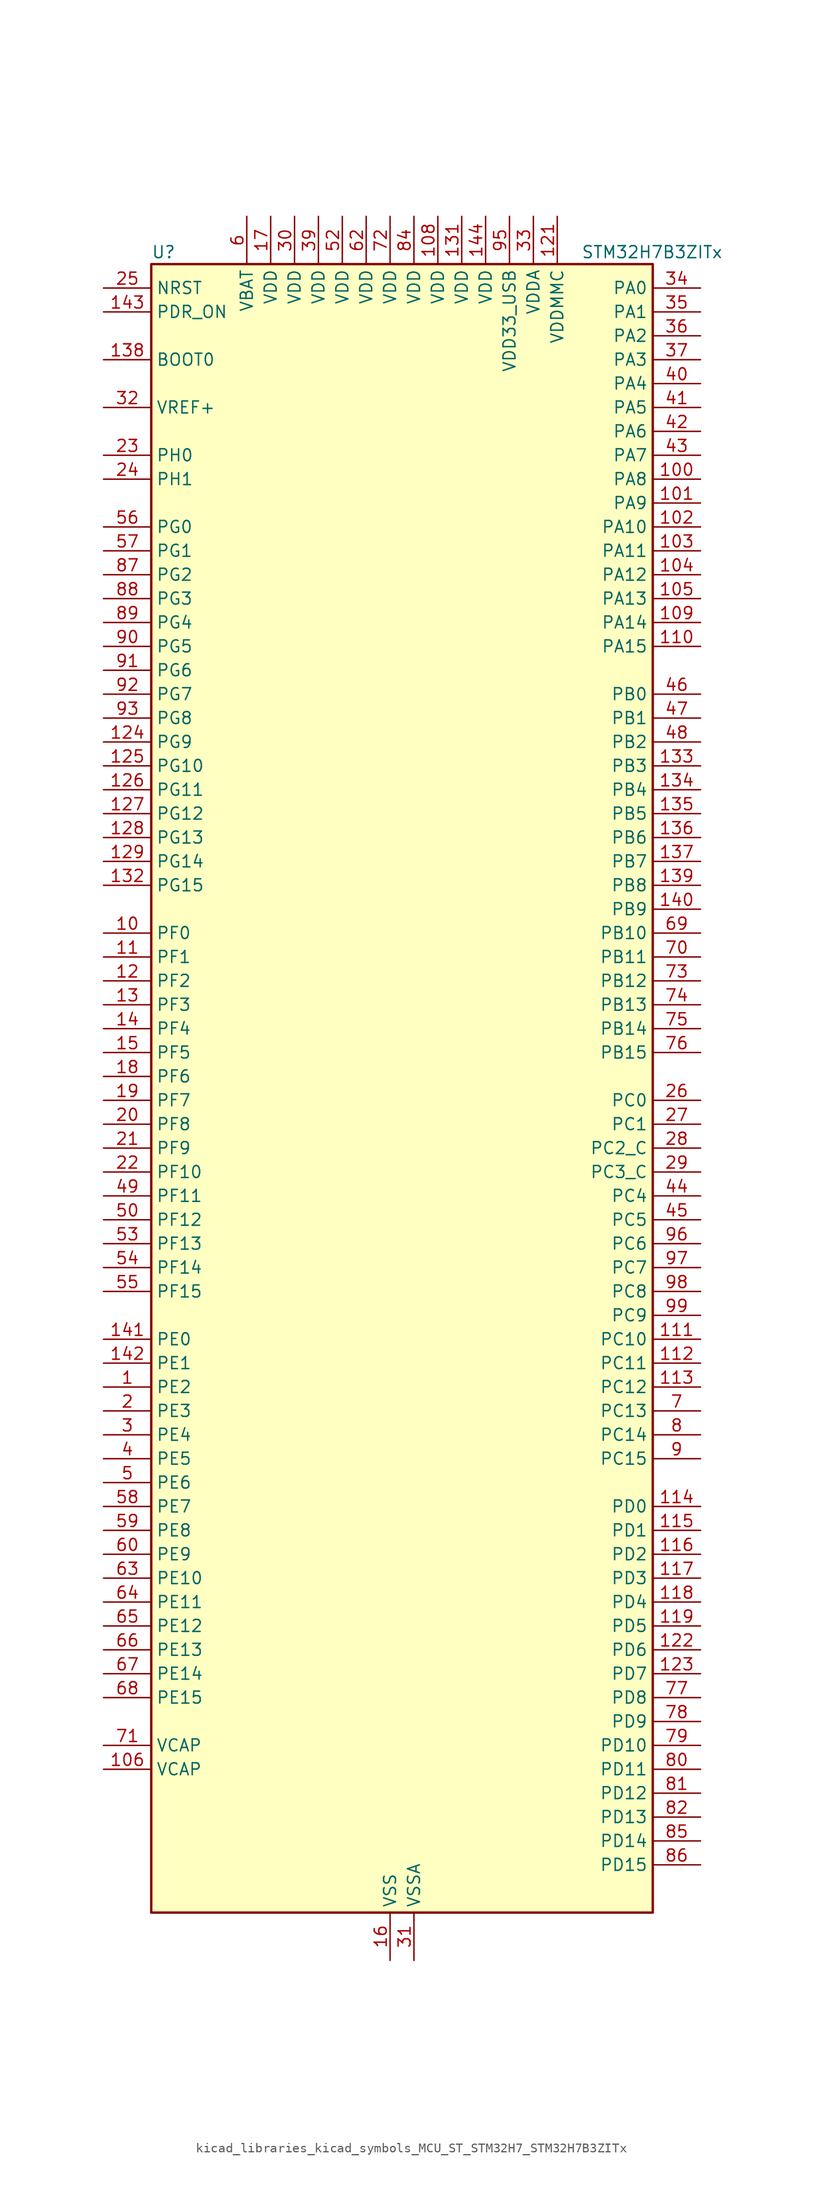
<source format=kicad_sym>
(kicad_symbol_lib
  (version 20220914)
  (generator kicad_symbol_editor)
  (symbol "kicad_libraries_kicad_symbols_MCU_ST_STM32H7_STM32H7B3ZITx"
    (property "Reference" "U"
      (at -25.4 90.17 0)
      (effects (font (size 1.27 1.27)) (justify left)))
    (property "Value" "STM32H7B3ZITx"
      (at 20.32 90.17 0)
      (effects (font (size 1.27 1.27)) (justify left)))
    (property "ki_locked" ""
      (at 0 0 0)
      (effects (font (size 1.27 1.27))))
    (symbol "kicad_libraries_kicad_symbols_MCU_ST_STM32H7_STM32H7B3ZITx_0_1"
      (rectangle (start -25.4 -86.36) (end 27.94 88.9) (stroke (width 0.254) (type default)) (fill (type background))))
    (symbol "kicad_libraries_kicad_symbols_MCU_ST_STM32H7_STM32H7B3ZITx_1_1"
      (pin bidirectional line (at -30.48 -30.48 0) (length 5.08) (name "PE2" (effects (font (size 1.27 1.27)))) (number "1" (effects (font (size 1.27 1.27)))) (alternate "DEBUG_TRACECLK" bidirectional line) (alternate "FMC_A23" bidirectional line) (alternate "OCTOSPIM_P1_IO2" bidirectional line) (alternate "SAI1_CK1" bidirectional line) (alternate "SAI1_MCLK_A" bidirectional line) (alternate "SPI4_SCK" bidirectional line) (alternate "USART10_RX" bidirectional line))
      (pin bidirectional line (at -30.48 17.78 0) (length 5.08) (name "PF0" (effects (font (size 1.27 1.27)))) (number "10" (effects (font (size 1.27 1.27)))) (alternate "FMC_A0" bidirectional line) (alternate "I2C2_SDA" bidirectional line) (alternate "OCTOSPIM_P2_IO0" bidirectional line))
      (pin bidirectional line (at 33.02 66.04 180) (length 5.08) (name "PA8" (effects (font (size 1.27 1.27)))) (number "100" (effects (font (size 1.27 1.27)))) (alternate "I2C3_SCL" bidirectional line) (alternate "LTDC_B3" bidirectional line) (alternate "LTDC_R6" bidirectional line) (alternate "RCC_MCO_1" bidirectional line) (alternate "TIM1_CH1" bidirectional line) (alternate "TIM8_BKIN2" bidirectional line) (alternate "TIM8_BKIN2_COMP1" bidirectional line) (alternate "TIM8_BKIN2_COMP2" bidirectional line) (alternate "UART7_RX" bidirectional line) (alternate "USART1_CK" bidirectional line) (alternate "USB_OTG_HS_SOF" bidirectional line))
      (pin bidirectional line (at 33.02 63.5 180) (length 5.08) (name "PA9" (effects (font (size 1.27 1.27)))) (number "101" (effects (font (size 1.27 1.27)))) (alternate "DAC1_EXTI9" bidirectional line) (alternate "DCMI_D0" bidirectional line) (alternate "I2C3_SMBA" bidirectional line) (alternate "I2S2_CK" bidirectional line) (alternate "LPUART1_TX" bidirectional line) (alternate "LTDC_R5" bidirectional line) (alternate "PSSI_D0" bidirectional line) (alternate "SPI2_SCK" bidirectional line) (alternate "TIM1_CH2" bidirectional line) (alternate "USART1_TX" bidirectional line) (alternate "USB_OTG_HS_VBUS" bidirectional line))
      (pin bidirectional line (at 33.02 60.96 180) (length 5.08) (name "PA10" (effects (font (size 1.27 1.27)))) (number "102" (effects (font (size 1.27 1.27)))) (alternate "DCMI_D1" bidirectional line) (alternate "LPUART1_RX" bidirectional line) (alternate "LTDC_B1" bidirectional line) (alternate "LTDC_B4" bidirectional line) (alternate "MDIOS_MDIO" bidirectional line) (alternate "PSSI_D1" bidirectional line) (alternate "TIM1_CH3" bidirectional line) (alternate "USART1_RX" bidirectional line) (alternate "USB_OTG_HS_ID" bidirectional line))
      (pin bidirectional line (at 33.02 58.42 180) (length 5.08) (name "PA11" (effects (font (size 1.27 1.27)))) (number "103" (effects (font (size 1.27 1.27)))) (alternate "ADC1_EXTI11" bidirectional line) (alternate "ADC2_EXTI11" bidirectional line) (alternate "FDCAN1_RX" bidirectional line) (alternate "I2S2_WS" bidirectional line) (alternate "LPUART1_CTS" bidirectional line) (alternate "LTDC_R4" bidirectional line) (alternate "SPI2_NSS" bidirectional line) (alternate "TIM1_CH4" bidirectional line) (alternate "UART4_RX" bidirectional line) (alternate "USART1_CTS" bidirectional line) (alternate "USART1_NSS" bidirectional line) (alternate "USB_OTG_HS_DM" bidirectional line))
      (pin bidirectional line (at 33.02 55.88 180) (length 5.08) (name "PA12" (effects (font (size 1.27 1.27)))) (number "104" (effects (font (size 1.27 1.27)))) (alternate "FDCAN1_TX" bidirectional line) (alternate "I2S2_CK" bidirectional line) (alternate "LPUART1_DE" bidirectional line) (alternate "LPUART1_RTS" bidirectional line) (alternate "LTDC_R5" bidirectional line) (alternate "SAI2_FS_B" bidirectional line) (alternate "SPI2_SCK" bidirectional line) (alternate "TIM1_ETR" bidirectional line) (alternate "UART4_TX" bidirectional line) (alternate "USART1_DE" bidirectional line) (alternate "USART1_RTS" bidirectional line) (alternate "USB_OTG_HS_DP" bidirectional line))
      (pin bidirectional line (at 33.02 53.34 180) (length 5.08) (name "PA13" (effects (font (size 1.27 1.27)))) (number "105" (effects (font (size 1.27 1.27)))) (alternate "DEBUG_JTMS-SWDIO" bidirectional line))
      (pin power_out line (at -30.48 -71.12 0) (length 5.08) (name "VCAP" (effects (font (size 1.27 1.27)))) (number "106" (effects (font (size 1.27 1.27)))))
      (pin passive line (at 0 -91.44 90) (length 5.08) hide (name "VSS" (effects (font (size 1.27 1.27)))) (number "107" (effects (font (size 1.27 1.27)))))
      (pin power_in line (at 5.08 93.98 270) (length 5.08) (name "VDD" (effects (font (size 1.27 1.27)))) (number "108" (effects (font (size 1.27 1.27)))))
      (pin bidirectional line (at 33.02 50.8 180) (length 5.08) (name "PA14" (effects (font (size 1.27 1.27)))) (number "109" (effects (font (size 1.27 1.27)))) (alternate "DEBUG_JTCK-SWCLK" bidirectional line))
      (pin bidirectional line (at -30.48 15.24 0) (length 5.08) (name "PF1" (effects (font (size 1.27 1.27)))) (number "11" (effects (font (size 1.27 1.27)))) (alternate "FMC_A1" bidirectional line) (alternate "I2C2_SCL" bidirectional line) (alternate "OCTOSPIM_P2_IO1" bidirectional line))
      (pin bidirectional line (at 33.02 48.26 180) (length 5.08) (name "PA15" (effects (font (size 1.27 1.27)))) (number "110" (effects (font (size 1.27 1.27)))) (alternate "ADC1_EXTI15" bidirectional line) (alternate "ADC2_EXTI15" bidirectional line) (alternate "CEC" bidirectional line) (alternate "DEBUG_JTDI" bidirectional line) (alternate "I2S1_WS" bidirectional line) (alternate "I2S3_WS" bidirectional line) (alternate "I2S6_WS" bidirectional line) (alternate "LTDC_B6" bidirectional line) (alternate "LTDC_R3" bidirectional line) (alternate "SPI1_NSS" bidirectional line) (alternate "SPI3_NSS" bidirectional line) (alternate "SPI6_NSS" bidirectional line) (alternate "TIM2_CH1" bidirectional line) (alternate "TIM2_ETR" bidirectional line) (alternate "UART4_DE" bidirectional line) (alternate "UART4_RTS" bidirectional line) (alternate "UART7_TX" bidirectional line))
      (pin bidirectional line (at 33.02 -25.4 180) (length 5.08) (name "PC10" (effects (font (size 1.27 1.27)))) (number "111" (effects (font (size 1.27 1.27)))) (alternate "DCMI_D8" bidirectional line) (alternate "DFSDM1_CKIN5" bidirectional line) (alternate "DFSDM2_CKIN0" bidirectional line) (alternate "I2S3_CK" bidirectional line) (alternate "LTDC_B1" bidirectional line) (alternate "LTDC_R2" bidirectional line) (alternate "OCTOSPIM_P1_IO1" bidirectional line) (alternate "PSSI_D8" bidirectional line) (alternate "SDMMC1_D2" bidirectional line) (alternate "SPI3_SCK" bidirectional line) (alternate "SWPMI1_RX" bidirectional line) (alternate "UART4_TX" bidirectional line) (alternate "USART3_TX" bidirectional line))
      (pin bidirectional line (at 33.02 -27.94 180) (length 5.08) (name "PC11" (effects (font (size 1.27 1.27)))) (number "112" (effects (font (size 1.27 1.27)))) (alternate "ADC1_EXTI11" bidirectional line) (alternate "ADC2_EXTI11" bidirectional line) (alternate "DCMI_D4" bidirectional line) (alternate "DFSDM1_DATIN5" bidirectional line) (alternate "DFSDM2_DATIN0" bidirectional line) (alternate "I2S3_SDI" bidirectional line) (alternate "LTDC_B4" bidirectional line) (alternate "OCTOSPIM_P1_NCS" bidirectional line) (alternate "PSSI_D4" bidirectional line) (alternate "SDMMC1_D3" bidirectional line) (alternate "SPI3_MISO" bidirectional line) (alternate "UART4_RX" bidirectional line) (alternate "USART3_RX" bidirectional line))
      (pin bidirectional line (at 33.02 -30.48 180) (length 5.08) (name "PC12" (effects (font (size 1.27 1.27)))) (number "113" (effects (font (size 1.27 1.27)))) (alternate "DCMI_D9" bidirectional line) (alternate "DEBUG_TRACED3" bidirectional line) (alternate "DFSDM2_CKOUT" bidirectional line) (alternate "I2S3_SDO" bidirectional line) (alternate "I2S6_CK" bidirectional line) (alternate "LTDC_R6" bidirectional line) (alternate "PSSI_D9" bidirectional line) (alternate "SDMMC1_CK" bidirectional line) (alternate "SPI3_MOSI" bidirectional line) (alternate "SPI6_SCK" bidirectional line) (alternate "TIM15_CH1" bidirectional line) (alternate "UART5_TX" bidirectional line) (alternate "USART3_CK" bidirectional line))
      (pin bidirectional line (at 33.02 -43.18 180) (length 5.08) (name "PD0" (effects (font (size 1.27 1.27)))) (number "114" (effects (font (size 1.27 1.27)))) (alternate "DFSDM1_CKIN6" bidirectional line) (alternate "FDCAN1_RX" bidirectional line) (alternate "FMC_D2" bidirectional line) (alternate "FMC_DA2" bidirectional line) (alternate "LTDC_B1" bidirectional line) (alternate "UART4_RX" bidirectional line) (alternate "UART9_CTS" bidirectional line))
      (pin bidirectional line (at 33.02 -45.72 180) (length 5.08) (name "PD1" (effects (font (size 1.27 1.27)))) (number "115" (effects (font (size 1.27 1.27)))) (alternate "DFSDM1_DATIN6" bidirectional line) (alternate "FDCAN1_TX" bidirectional line) (alternate "FMC_D3" bidirectional line) (alternate "FMC_DA3" bidirectional line) (alternate "UART4_TX" bidirectional line))
      (pin bidirectional line (at 33.02 -48.26 180) (length 5.08) (name "PD2" (effects (font (size 1.27 1.27)))) (number "116" (effects (font (size 1.27 1.27)))) (alternate "DCMI_D11" bidirectional line) (alternate "DEBUG_TRACED2" bidirectional line) (alternate "LTDC_B2" bidirectional line) (alternate "LTDC_B7" bidirectional line) (alternate "PSSI_D11" bidirectional line) (alternate "SDMMC1_CMD" bidirectional line) (alternate "TIM15_BKIN" bidirectional line) (alternate "TIM3_ETR" bidirectional line) (alternate "UART5_RX" bidirectional line))
      (pin bidirectional line (at 33.02 -50.8 180) (length 5.08) (name "PD3" (effects (font (size 1.27 1.27)))) (number "117" (effects (font (size 1.27 1.27)))) (alternate "DCMI_D5" bidirectional line) (alternate "DFSDM1_CKOUT" bidirectional line) (alternate "FMC_CLK" bidirectional line) (alternate "I2S2_CK" bidirectional line) (alternate "LTDC_G7" bidirectional line) (alternate "PSSI_D5" bidirectional line) (alternate "SPI2_SCK" bidirectional line) (alternate "USART2_CTS" bidirectional line) (alternate "USART2_NSS" bidirectional line))
      (pin bidirectional line (at 33.02 -53.34 180) (length 5.08) (name "PD4" (effects (font (size 1.27 1.27)))) (number "118" (effects (font (size 1.27 1.27)))) (alternate "FMC_NOE" bidirectional line) (alternate "OCTOSPIM_P1_IO4" bidirectional line) (alternate "USART2_DE" bidirectional line) (alternate "USART2_RTS" bidirectional line))
      (pin bidirectional line (at 33.02 -55.88 180) (length 5.08) (name "PD5" (effects (font (size 1.27 1.27)))) (number "119" (effects (font (size 1.27 1.27)))) (alternate "FMC_NWE" bidirectional line) (alternate "OCTOSPIM_P1_IO5" bidirectional line) (alternate "USART2_TX" bidirectional line))
      (pin bidirectional line (at -30.48 12.7 0) (length 5.08) (name "PF2" (effects (font (size 1.27 1.27)))) (number "12" (effects (font (size 1.27 1.27)))) (alternate "FMC_A2" bidirectional line) (alternate "I2C2_SMBA" bidirectional line) (alternate "OCTOSPIM_P2_IO2" bidirectional line))
      (pin passive line (at 0 -91.44 90) (length 5.08) hide (name "VSS" (effects (font (size 1.27 1.27)))) (number "120" (effects (font (size 1.27 1.27)))))
      (pin power_in line (at 17.78 93.98 270) (length 5.08) (name "VDDMMC" (effects (font (size 1.27 1.27)))) (number "121" (effects (font (size 1.27 1.27)))))
      (pin bidirectional line (at 33.02 -58.42 180) (length 5.08) (name "PD6" (effects (font (size 1.27 1.27)))) (number "122" (effects (font (size 1.27 1.27)))) (alternate "DCMI_D10" bidirectional line) (alternate "DFSDM1_CKIN4" bidirectional line) (alternate "DFSDM1_DATIN1" bidirectional line) (alternate "FMC_NWAIT" bidirectional line) (alternate "I2S3_SDO" bidirectional line) (alternate "LTDC_B2" bidirectional line) (alternate "OCTOSPIM_P1_IO6" bidirectional line) (alternate "PSSI_D10" bidirectional line) (alternate "SAI1_D1" bidirectional line) (alternate "SAI1_SD_A" bidirectional line) (alternate "SDMMC2_CK" bidirectional line) (alternate "SPI3_MOSI" bidirectional line) (alternate "USART2_RX" bidirectional line))
      (pin bidirectional line (at 33.02 -60.96 180) (length 5.08) (name "PD7" (effects (font (size 1.27 1.27)))) (number "123" (effects (font (size 1.27 1.27)))) (alternate "DFSDM1_CKIN1" bidirectional line) (alternate "DFSDM1_DATIN4" bidirectional line) (alternate "FMC_NE1" bidirectional line) (alternate "I2S1_SDO" bidirectional line) (alternate "OCTOSPIM_P1_IO7" bidirectional line) (alternate "SDMMC2_CMD" bidirectional line) (alternate "SPDIFRX_IN0" bidirectional line) (alternate "SPI1_MOSI" bidirectional line) (alternate "USART2_CK" bidirectional line))
      (pin bidirectional line (at -30.48 38.1 0) (length 5.08) (name "PG9" (effects (font (size 1.27 1.27)))) (number "124" (effects (font (size 1.27 1.27)))) (alternate "DAC1_EXTI9" bidirectional line) (alternate "DCMI_VSYNC" bidirectional line) (alternate "FMC_NCE" bidirectional line) (alternate "FMC_NE2" bidirectional line) (alternate "I2S1_SDI" bidirectional line) (alternate "OCTOSPIM_P1_IO6" bidirectional line) (alternate "PSSI_RDY" bidirectional line) (alternate "SAI2_FS_B" bidirectional line) (alternate "SDMMC2_D0" bidirectional line) (alternate "SPDIFRX_IN3" bidirectional line) (alternate "SPI1_MISO" bidirectional line) (alternate "USART6_RX" bidirectional line))
      (pin bidirectional line (at -30.48 35.56 0) (length 5.08) (name "PG10" (effects (font (size 1.27 1.27)))) (number "125" (effects (font (size 1.27 1.27)))) (alternate "DCMI_D2" bidirectional line) (alternate "FMC_NE3" bidirectional line) (alternate "I2S1_WS" bidirectional line) (alternate "LTDC_B2" bidirectional line) (alternate "LTDC_G3" bidirectional line) (alternate "OCTOSPIM_P2_IO6" bidirectional line) (alternate "PSSI_D2" bidirectional line) (alternate "SAI2_SD_B" bidirectional line) (alternate "SDMMC2_D1" bidirectional line) (alternate "SPI1_NSS" bidirectional line))
      (pin bidirectional line (at -30.48 33.02 0) (length 5.08) (name "PG11" (effects (font (size 1.27 1.27)))) (number "126" (effects (font (size 1.27 1.27)))) (alternate "ADC1_EXTI11" bidirectional line) (alternate "ADC2_EXTI11" bidirectional line) (alternate "DCMI_D3" bidirectional line) (alternate "I2S1_CK" bidirectional line) (alternate "LPTIM1_IN2" bidirectional line) (alternate "LTDC_B3" bidirectional line) (alternate "OCTOSPIM_P2_IO7" bidirectional line) (alternate "PSSI_D3" bidirectional line) (alternate "SDMMC2_D2" bidirectional line) (alternate "SPDIFRX_IN0" bidirectional line) (alternate "SPI1_SCK" bidirectional line) (alternate "USART10_RX" bidirectional line))
      (pin bidirectional line (at -30.48 30.48 0) (length 5.08) (name "PG12" (effects (font (size 1.27 1.27)))) (number "127" (effects (font (size 1.27 1.27)))) (alternate "FMC_NE4" bidirectional line) (alternate "I2S6_SDI" bidirectional line) (alternate "LPTIM1_IN1" bidirectional line) (alternate "LTDC_B1" bidirectional line) (alternate "LTDC_B4" bidirectional line) (alternate "OCTOSPIM_P2_NCS" bidirectional line) (alternate "SDMMC2_D3" bidirectional line) (alternate "SPDIFRX_IN1" bidirectional line) (alternate "SPI6_MISO" bidirectional line) (alternate "USART10_TX" bidirectional line) (alternate "USART6_DE" bidirectional line) (alternate "USART6_RTS" bidirectional line))
      (pin bidirectional line (at -30.48 27.94 0) (length 5.08) (name "PG13" (effects (font (size 1.27 1.27)))) (number "128" (effects (font (size 1.27 1.27)))) (alternate "DEBUG_TRACED0" bidirectional line) (alternate "FMC_A24" bidirectional line) (alternate "I2S6_CK" bidirectional line) (alternate "LPTIM1_OUT" bidirectional line) (alternate "LTDC_R0" bidirectional line) (alternate "SDMMC2_D6" bidirectional line) (alternate "SPI6_SCK" bidirectional line) (alternate "USART10_CTS" bidirectional line) (alternate "USART10_NSS" bidirectional line) (alternate "USART6_CTS" bidirectional line) (alternate "USART6_NSS" bidirectional line))
      (pin bidirectional line (at -30.48 25.4 0) (length 5.08) (name "PG14" (effects (font (size 1.27 1.27)))) (number "129" (effects (font (size 1.27 1.27)))) (alternate "DEBUG_TRACED1" bidirectional line) (alternate "FMC_A25" bidirectional line) (alternate "I2S6_SDO" bidirectional line) (alternate "LPTIM1_ETR" bidirectional line) (alternate "LTDC_B0" bidirectional line) (alternate "OCTOSPIM_P1_IO7" bidirectional line) (alternate "SDMMC2_D7" bidirectional line) (alternate "SPI6_MOSI" bidirectional line) (alternate "USART10_DE" bidirectional line) (alternate "USART10_RTS" bidirectional line) (alternate "USART6_TX" bidirectional line))
      (pin bidirectional line (at -30.48 10.16 0) (length 5.08) (name "PF3" (effects (font (size 1.27 1.27)))) (number "13" (effects (font (size 1.27 1.27)))) (alternate "FMC_A3" bidirectional line) (alternate "OCTOSPIM_P2_IO3" bidirectional line))
      (pin passive line (at 0 -91.44 90) (length 5.08) hide (name "VSS" (effects (font (size 1.27 1.27)))) (number "130" (effects (font (size 1.27 1.27)))))
      (pin power_in line (at 7.62 93.98 270) (length 5.08) (name "VDD" (effects (font (size 1.27 1.27)))) (number "131" (effects (font (size 1.27 1.27)))))
      (pin bidirectional line (at -30.48 22.86 0) (length 5.08) (name "PG15" (effects (font (size 1.27 1.27)))) (number "132" (effects (font (size 1.27 1.27)))) (alternate "ADC1_EXTI15" bidirectional line) (alternate "ADC2_EXTI15" bidirectional line) (alternate "DCMI_D13" bidirectional line) (alternate "FMC_SDNCAS" bidirectional line) (alternate "OCTOSPIM_P2_DQS" bidirectional line) (alternate "PSSI_D13" bidirectional line) (alternate "USART10_CK" bidirectional line) (alternate "USART6_CTS" bidirectional line) (alternate "USART6_NSS" bidirectional line))
      (pin bidirectional line (at 33.02 35.56 180) (length 5.08) (name "PB3" (effects (font (size 1.27 1.27)))) (number "133" (effects (font (size 1.27 1.27)))) (alternate "CRS_SYNC" bidirectional line) (alternate "DEBUG_JTDO-SWO" bidirectional line) (alternate "I2S1_CK" bidirectional line) (alternate "I2S3_CK" bidirectional line) (alternate "I2S6_CK" bidirectional line) (alternate "SDMMC2_D2" bidirectional line) (alternate "SPI1_SCK" bidirectional line) (alternate "SPI3_SCK" bidirectional line) (alternate "SPI6_SCK" bidirectional line) (alternate "TIM2_CH2" bidirectional line) (alternate "UART7_RX" bidirectional line))
      (pin bidirectional line (at 33.02 33.02 180) (length 5.08) (name "PB4" (effects (font (size 1.27 1.27)))) (number "134" (effects (font (size 1.27 1.27)))) (alternate "DEBUG_JTRST" bidirectional line) (alternate "I2S1_SDI" bidirectional line) (alternate "I2S2_WS" bidirectional line) (alternate "I2S3_SDI" bidirectional line) (alternate "I2S6_SDI" bidirectional line) (alternate "SDMMC2_D3" bidirectional line) (alternate "SPI1_MISO" bidirectional line) (alternate "SPI2_NSS" bidirectional line) (alternate "SPI3_MISO" bidirectional line) (alternate "SPI6_MISO" bidirectional line) (alternate "TIM16_BKIN" bidirectional line) (alternate "TIM3_CH1" bidirectional line) (alternate "UART7_TX" bidirectional line))
      (pin bidirectional line (at 33.02 30.48 180) (length 5.08) (name "PB5" (effects (font (size 1.27 1.27)))) (number "135" (effects (font (size 1.27 1.27)))) (alternate "DCMI_D10" bidirectional line) (alternate "FDCAN2_RX" bidirectional line) (alternate "FMC_SDCKE1" bidirectional line) (alternate "I2C1_SMBA" bidirectional line) (alternate "I2C4_SMBA" bidirectional line) (alternate "I2S1_SDO" bidirectional line) (alternate "I2S3_SDO" bidirectional line) (alternate "I2S6_SDO" bidirectional line) (alternate "LTDC_B5" bidirectional line) (alternate "PSSI_D10" bidirectional line) (alternate "SPI1_MOSI" bidirectional line) (alternate "SPI3_MOSI" bidirectional line) (alternate "SPI6_MOSI" bidirectional line) (alternate "TIM17_BKIN" bidirectional line) (alternate "TIM3_CH2" bidirectional line) (alternate "UART5_RX" bidirectional line) (alternate "USB_OTG_HS_ULPI_D7" bidirectional line))
      (pin bidirectional line (at 33.02 27.94 180) (length 5.08) (name "PB6" (effects (font (size 1.27 1.27)))) (number "136" (effects (font (size 1.27 1.27)))) (alternate "CEC" bidirectional line) (alternate "DCMI_D5" bidirectional line) (alternate "DFSDM1_DATIN5" bidirectional line) (alternate "FDCAN2_TX" bidirectional line) (alternate "FMC_SDNE1" bidirectional line) (alternate "I2C1_SCL" bidirectional line) (alternate "I2C4_SCL" bidirectional line) (alternate "LPUART1_TX" bidirectional line) (alternate "OCTOSPIM_P1_NCS" bidirectional line) (alternate "PSSI_D5" bidirectional line) (alternate "TIM16_CH1N" bidirectional line) (alternate "TIM4_CH1" bidirectional line) (alternate "UART5_TX" bidirectional line) (alternate "USART1_TX" bidirectional line))
      (pin bidirectional line (at 33.02 25.4 180) (length 5.08) (name "PB7" (effects (font (size 1.27 1.27)))) (number "137" (effects (font (size 1.27 1.27)))) (alternate "DCMI_VSYNC" bidirectional line) (alternate "DFSDM1_CKIN5" bidirectional line) (alternate "FMC_NL" bidirectional line) (alternate "I2C1_SDA" bidirectional line) (alternate "I2C4_SDA" bidirectional line) (alternate "LPUART1_RX" bidirectional line) (alternate "PSSI_RDY" bidirectional line) (alternate "PWR_PVD_IN" bidirectional line) (alternate "TIM17_CH1N" bidirectional line) (alternate "TIM4_CH2" bidirectional line) (alternate "USART1_RX" bidirectional line))
      (pin input line (at -30.48 78.74 0) (length 5.08) (name "BOOT0" (effects (font (size 1.27 1.27)))) (number "138" (effects (font (size 1.27 1.27)))))
      (pin bidirectional line (at 33.02 22.86 180) (length 5.08) (name "PB8" (effects (font (size 1.27 1.27)))) (number "139" (effects (font (size 1.27 1.27)))) (alternate "DCMI_D6" bidirectional line) (alternate "DFSDM1_CKIN7" bidirectional line) (alternate "FDCAN1_RX" bidirectional line) (alternate "I2C1_SCL" bidirectional line) (alternate "I2C4_SCL" bidirectional line) (alternate "LTDC_B6" bidirectional line) (alternate "PSSI_D6" bidirectional line) (alternate "SDMMC1_CKIN" bidirectional line) (alternate "SDMMC1_D4" bidirectional line) (alternate "SDMMC2_D4" bidirectional line) (alternate "TIM16_CH1" bidirectional line) (alternate "TIM4_CH3" bidirectional line) (alternate "UART4_RX" bidirectional line))
      (pin bidirectional line (at -30.48 7.62 0) (length 5.08) (name "PF4" (effects (font (size 1.27 1.27)))) (number "14" (effects (font (size 1.27 1.27)))) (alternate "FMC_A4" bidirectional line) (alternate "OCTOSPIM_P2_CLK" bidirectional line))
      (pin bidirectional line (at 33.02 20.32 180) (length 5.08) (name "PB9" (effects (font (size 1.27 1.27)))) (number "140" (effects (font (size 1.27 1.27)))) (alternate "DAC1_EXTI9" bidirectional line) (alternate "DCMI_D7" bidirectional line) (alternate "DFSDM1_DATIN7" bidirectional line) (alternate "FDCAN1_TX" bidirectional line) (alternate "I2C1_SDA" bidirectional line) (alternate "I2C4_SDA" bidirectional line) (alternate "I2C4_SMBA" bidirectional line) (alternate "I2S2_WS" bidirectional line) (alternate "LTDC_B7" bidirectional line) (alternate "PSSI_D7" bidirectional line) (alternate "SDMMC1_CDIR" bidirectional line) (alternate "SDMMC1_D5" bidirectional line) (alternate "SDMMC2_D5" bidirectional line) (alternate "SPI2_NSS" bidirectional line) (alternate "TIM17_CH1" bidirectional line) (alternate "TIM4_CH4" bidirectional line) (alternate "UART4_TX" bidirectional line))
      (pin bidirectional line (at -30.48 -25.4 0) (length 5.08) (name "PE0" (effects (font (size 1.27 1.27)))) (number "141" (effects (font (size 1.27 1.27)))) (alternate "DCMI_D2" bidirectional line) (alternate "FMC_NBL0" bidirectional line) (alternate "LPTIM1_ETR" bidirectional line) (alternate "LPTIM2_ETR" bidirectional line) (alternate "LTDC_R0" bidirectional line) (alternate "PSSI_D2" bidirectional line) (alternate "SAI2_MCLK_A" bidirectional line) (alternate "TIM4_ETR" bidirectional line) (alternate "UART8_RX" bidirectional line))
      (pin bidirectional line (at -30.48 -27.94 0) (length 5.08) (name "PE1" (effects (font (size 1.27 1.27)))) (number "142" (effects (font (size 1.27 1.27)))) (alternate "DCMI_D3" bidirectional line) (alternate "FMC_NBL1" bidirectional line) (alternate "LPTIM1_IN2" bidirectional line) (alternate "LTDC_R6" bidirectional line) (alternate "PSSI_D3" bidirectional line) (alternate "UART8_TX" bidirectional line))
      (pin input line (at -30.48 83.82 0) (length 5.08) (name "PDR_ON" (effects (font (size 1.27 1.27)))) (number "143" (effects (font (size 1.27 1.27)))))
      (pin power_in line (at 10.16 93.98 270) (length 5.08) (name "VDD" (effects (font (size 1.27 1.27)))) (number "144" (effects (font (size 1.27 1.27)))))
      (pin bidirectional line (at -30.48 5.08 0) (length 5.08) (name "PF5" (effects (font (size 1.27 1.27)))) (number "15" (effects (font (size 1.27 1.27)))) (alternate "FMC_A5" bidirectional line) (alternate "OCTOSPIM_P2_NCLK" bidirectional line))
      (pin power_in line (at 0 -91.44 90) (length 5.08) (name "VSS" (effects (font (size 1.27 1.27)))) (number "16" (effects (font (size 1.27 1.27)))))
      (pin power_in line (at -12.7 93.98 270) (length 5.08) (name "VDD" (effects (font (size 1.27 1.27)))) (number "17" (effects (font (size 1.27 1.27)))))
      (pin bidirectional line (at -30.48 2.54 0) (length 5.08) (name "PF6" (effects (font (size 1.27 1.27)))) (number "18" (effects (font (size 1.27 1.27)))) (alternate "OCTOSPIM_P1_IO3" bidirectional line) (alternate "SAI1_SD_B" bidirectional line) (alternate "SPI5_NSS" bidirectional line) (alternate "TIM16_CH1" bidirectional line) (alternate "UART7_RX" bidirectional line))
      (pin bidirectional line (at -30.48 0 0) (length 5.08) (name "PF7" (effects (font (size 1.27 1.27)))) (number "19" (effects (font (size 1.27 1.27)))) (alternate "OCTOSPIM_P1_IO2" bidirectional line) (alternate "SAI1_MCLK_B" bidirectional line) (alternate "SPI5_SCK" bidirectional line) (alternate "TIM17_CH1" bidirectional line) (alternate "UART7_TX" bidirectional line))
      (pin bidirectional line (at -30.48 -33.02 0) (length 5.08) (name "PE3" (effects (font (size 1.27 1.27)))) (number "2" (effects (font (size 1.27 1.27)))) (alternate "DEBUG_TRACED0" bidirectional line) (alternate "FMC_A19" bidirectional line) (alternate "SAI1_SD_B" bidirectional line) (alternate "TIM15_BKIN" bidirectional line) (alternate "USART10_TX" bidirectional line))
      (pin bidirectional line (at -30.48 -2.54 0) (length 5.08) (name "PF8" (effects (font (size 1.27 1.27)))) (number "20" (effects (font (size 1.27 1.27)))) (alternate "OCTOSPIM_P1_IO0" bidirectional line) (alternate "SAI1_SCK_B" bidirectional line) (alternate "SPI5_MISO" bidirectional line) (alternate "TIM13_CH1" bidirectional line) (alternate "TIM16_CH1N" bidirectional line) (alternate "UART7_DE" bidirectional line) (alternate "UART7_RTS" bidirectional line))
      (pin bidirectional line (at -30.48 -5.08 0) (length 5.08) (name "PF9" (effects (font (size 1.27 1.27)))) (number "21" (effects (font (size 1.27 1.27)))) (alternate "DAC1_EXTI9" bidirectional line) (alternate "OCTOSPIM_P1_IO1" bidirectional line) (alternate "SAI1_FS_B" bidirectional line) (alternate "SPI5_MOSI" bidirectional line) (alternate "TIM14_CH1" bidirectional line) (alternate "TIM17_CH1N" bidirectional line) (alternate "UART7_CTS" bidirectional line))
      (pin bidirectional line (at -30.48 -7.62 0) (length 5.08) (name "PF10" (effects (font (size 1.27 1.27)))) (number "22" (effects (font (size 1.27 1.27)))) (alternate "DCMI_D11" bidirectional line) (alternate "LTDC_DE" bidirectional line) (alternate "OCTOSPIM_P1_CLK" bidirectional line) (alternate "PSSI_D11" bidirectional line) (alternate "PSSI_D15" bidirectional line) (alternate "SAI1_D3" bidirectional line) (alternate "TIM16_BKIN" bidirectional line))
      (pin bidirectional line (at -30.48 68.58 0) (length 5.08) (name "PH0" (effects (font (size 1.27 1.27)))) (number "23" (effects (font (size 1.27 1.27)))) (alternate "RCC_OSC_IN" bidirectional line))
      (pin bidirectional line (at -30.48 66.04 0) (length 5.08) (name "PH1" (effects (font (size 1.27 1.27)))) (number "24" (effects (font (size 1.27 1.27)))) (alternate "RCC_OSC_OUT" bidirectional line))
      (pin input line (at -30.48 86.36 0) (length 5.08) (name "NRST" (effects (font (size 1.27 1.27)))) (number "25" (effects (font (size 1.27 1.27)))))
      (pin bidirectional line (at 33.02 0 180) (length 5.08) (name "PC0" (effects (font (size 1.27 1.27)))) (number "26" (effects (font (size 1.27 1.27)))) (alternate "ADC1_INP10" bidirectional line) (alternate "ADC2_INP10" bidirectional line) (alternate "DFSDM1_CKIN0" bidirectional line) (alternate "DFSDM1_DATIN4" bidirectional line) (alternate "FMC_A25" bidirectional line) (alternate "FMC_SDNWE" bidirectional line) (alternate "LTDC_G2" bidirectional line) (alternate "LTDC_R5" bidirectional line) (alternate "SAI2_FS_B" bidirectional line) (alternate "USB_OTG_HS_ULPI_STP" bidirectional line))
      (pin bidirectional line (at 33.02 -2.54 180) (length 5.08) (name "PC1" (effects (font (size 1.27 1.27)))) (number "27" (effects (font (size 1.27 1.27)))) (alternate "ADC1_INN10" bidirectional line) (alternate "ADC1_INP11" bidirectional line) (alternate "ADC2_INN10" bidirectional line) (alternate "ADC2_INP11" bidirectional line) (alternate "DEBUG_TRACED0" bidirectional line) (alternate "DFSDM1_CKIN4" bidirectional line) (alternate "DFSDM1_DATIN0" bidirectional line) (alternate "I2S2_SDO" bidirectional line) (alternate "LTDC_G5" bidirectional line) (alternate "MDIOS_MDC" bidirectional line) (alternate "OCTOSPIM_P1_IO4" bidirectional line) (alternate "PWR_WKUP6" bidirectional line) (alternate "RTC_TAMP3" bidirectional line) (alternate "SAI1_D1" bidirectional line) (alternate "SAI1_SD_A" bidirectional line) (alternate "SDMMC2_CK" bidirectional line) (alternate "SPI2_MOSI" bidirectional line))
      (pin bidirectional line (at 33.02 -5.08 180) (length 5.08) (name "PC2_C" (effects (font (size 1.27 1.27)))) (number "28" (effects (font (size 1.27 1.27)))) (alternate "ADC2_INN1" bidirectional line) (alternate "ADC2_INP0" bidirectional line) (alternate "DFSDM1_CKIN1" bidirectional line) (alternate "DFSDM1_CKOUT" bidirectional line) (alternate "FMC_SDNE0" bidirectional line) (alternate "I2S2_SDI" bidirectional line) (alternate "OCTOSPIM_P1_IO2" bidirectional line) (alternate "OCTOSPIM_P1_IO5" bidirectional line) (alternate "PWR_CSTOP" bidirectional line) (alternate "SPI2_MISO" bidirectional line) (alternate "USB_OTG_HS_ULPI_DIR" bidirectional line))
      (pin bidirectional line (at 33.02 -7.62 180) (length 5.08) (name "PC3_C" (effects (font (size 1.27 1.27)))) (number "29" (effects (font (size 1.27 1.27)))) (alternate "ADC2_INP1" bidirectional line) (alternate "DFSDM1_DATIN1" bidirectional line) (alternate "FMC_SDCKE0" bidirectional line) (alternate "I2S2_SDO" bidirectional line) (alternate "OCTOSPIM_P1_IO0" bidirectional line) (alternate "OCTOSPIM_P1_IO6" bidirectional line) (alternate "PWR_CSLEEP" bidirectional line) (alternate "SPI2_MOSI" bidirectional line) (alternate "USB_OTG_HS_ULPI_NXT" bidirectional line))
      (pin bidirectional line (at -30.48 -35.56 0) (length 5.08) (name "PE4" (effects (font (size 1.27 1.27)))) (number "3" (effects (font (size 1.27 1.27)))) (alternate "DCMI_D4" bidirectional line) (alternate "DEBUG_TRACED1" bidirectional line) (alternate "DFSDM1_DATIN3" bidirectional line) (alternate "FMC_A20" bidirectional line) (alternate "LTDC_B0" bidirectional line) (alternate "PSSI_D4" bidirectional line) (alternate "SAI1_D2" bidirectional line) (alternate "SAI1_FS_A" bidirectional line) (alternate "SPI4_NSS" bidirectional line) (alternate "TIM15_CH1N" bidirectional line))
      (pin power_in line (at -10.16 93.98 270) (length 5.08) (name "VDD" (effects (font (size 1.27 1.27)))) (number "30" (effects (font (size 1.27 1.27)))))
      (pin power_in line (at 2.54 -91.44 90) (length 5.08) (name "VSSA" (effects (font (size 1.27 1.27)))) (number "31" (effects (font (size 1.27 1.27)))))
      (pin input line (at -30.48 73.66 0) (length 5.08) (name "VREF+" (effects (font (size 1.27 1.27)))) (number "32" (effects (font (size 1.27 1.27)))) (alternate "VREFBUF_OUT" bidirectional line))
      (pin power_in line (at 15.24 93.98 270) (length 5.08) (name "VDDA" (effects (font (size 1.27 1.27)))) (number "33" (effects (font (size 1.27 1.27)))))
      (pin bidirectional line (at 33.02 86.36 180) (length 5.08) (name "PA0" (effects (font (size 1.27 1.27)))) (number "34" (effects (font (size 1.27 1.27)))) (alternate "ADC1_INP16" bidirectional line) (alternate "I2S6_WS" bidirectional line) (alternate "PWR_WKUP1" bidirectional line) (alternate "SAI2_SD_B" bidirectional line) (alternate "SDMMC2_CMD" bidirectional line) (alternate "SPI6_NSS" bidirectional line) (alternate "TIM15_BKIN" bidirectional line) (alternate "TIM2_CH1" bidirectional line) (alternate "TIM2_ETR" bidirectional line) (alternate "TIM5_CH1" bidirectional line) (alternate "TIM8_ETR" bidirectional line) (alternate "UART4_TX" bidirectional line) (alternate "USART2_CTS" bidirectional line) (alternate "USART2_NSS" bidirectional line))
      (pin bidirectional line (at 33.02 83.82 180) (length 5.08) (name "PA1" (effects (font (size 1.27 1.27)))) (number "35" (effects (font (size 1.27 1.27)))) (alternate "ADC1_INN16" bidirectional line) (alternate "ADC1_INP17" bidirectional line) (alternate "LPTIM3_OUT" bidirectional line) (alternate "LTDC_R2" bidirectional line) (alternate "OCTOSPIM_P1_DQS" bidirectional line) (alternate "OCTOSPIM_P1_IO3" bidirectional line) (alternate "SAI2_MCLK_B" bidirectional line) (alternate "TIM15_CH1N" bidirectional line) (alternate "TIM2_CH2" bidirectional line) (alternate "TIM5_CH2" bidirectional line) (alternate "UART4_RX" bidirectional line) (alternate "USART2_DE" bidirectional line) (alternate "USART2_RTS" bidirectional line))
      (pin bidirectional line (at 33.02 81.28 180) (length 5.08) (name "PA2" (effects (font (size 1.27 1.27)))) (number "36" (effects (font (size 1.27 1.27)))) (alternate "ADC1_INP14" bidirectional line) (alternate "DFSDM2_CKIN1" bidirectional line) (alternate "LTDC_R1" bidirectional line) (alternate "MDIOS_MDIO" bidirectional line) (alternate "PWR_WKUP2" bidirectional line) (alternate "SAI2_SCK_B" bidirectional line) (alternate "TIM15_CH1" bidirectional line) (alternate "TIM2_CH3" bidirectional line) (alternate "TIM5_CH3" bidirectional line) (alternate "USART2_TX" bidirectional line))
      (pin bidirectional line (at 33.02 78.74 180) (length 5.08) (name "PA3" (effects (font (size 1.27 1.27)))) (number "37" (effects (font (size 1.27 1.27)))) (alternate "ADC1_INP15" bidirectional line) (alternate "I2S6_MCK" bidirectional line) (alternate "LTDC_B2" bidirectional line) (alternate "LTDC_B5" bidirectional line) (alternate "OCTOSPIM_P1_CLK" bidirectional line) (alternate "TIM15_CH2" bidirectional line) (alternate "TIM2_CH4" bidirectional line) (alternate "TIM5_CH4" bidirectional line) (alternate "USART2_RX" bidirectional line) (alternate "USB_OTG_HS_ULPI_D0" bidirectional line))
      (pin passive line (at 0 -91.44 90) (length 5.08) hide (name "VSS" (effects (font (size 1.27 1.27)))) (number "38" (effects (font (size 1.27 1.27)))))
      (pin power_in line (at -7.62 93.98 270) (length 5.08) (name "VDD" (effects (font (size 1.27 1.27)))) (number "39" (effects (font (size 1.27 1.27)))))
      (pin bidirectional line (at -30.48 -38.1 0) (length 5.08) (name "PE5" (effects (font (size 1.27 1.27)))) (number "4" (effects (font (size 1.27 1.27)))) (alternate "DCMI_D6" bidirectional line) (alternate "DEBUG_TRACED2" bidirectional line) (alternate "DFSDM1_CKIN3" bidirectional line) (alternate "FMC_A21" bidirectional line) (alternate "LTDC_G0" bidirectional line) (alternate "PSSI_D6" bidirectional line) (alternate "SAI1_CK2" bidirectional line) (alternate "SAI1_SCK_A" bidirectional line) (alternate "SPI4_MISO" bidirectional line) (alternate "TIM15_CH1" bidirectional line))
      (pin bidirectional line (at 33.02 76.2 180) (length 5.08) (name "PA4" (effects (font (size 1.27 1.27)))) (number "40" (effects (font (size 1.27 1.27)))) (alternate "ADC1_INP18" bidirectional line) (alternate "DAC1_OUT1" bidirectional line) (alternate "DCMI_HSYNC" bidirectional line) (alternate "I2S1_WS" bidirectional line) (alternate "I2S3_WS" bidirectional line) (alternate "I2S6_WS" bidirectional line) (alternate "LTDC_VSYNC" bidirectional line) (alternate "PSSI_DE" bidirectional line) (alternate "SPI1_NSS" bidirectional line) (alternate "SPI3_NSS" bidirectional line) (alternate "SPI6_NSS" bidirectional line) (alternate "TIM5_ETR" bidirectional line) (alternate "USART2_CK" bidirectional line))
      (pin bidirectional line (at 33.02 73.66 180) (length 5.08) (name "PA5" (effects (font (size 1.27 1.27)))) (number "41" (effects (font (size 1.27 1.27)))) (alternate "ADC1_INN18" bidirectional line) (alternate "ADC1_INP19" bidirectional line) (alternate "DAC1_OUT2" bidirectional line) (alternate "I2S1_CK" bidirectional line) (alternate "I2S6_CK" bidirectional line) (alternate "LTDC_R4" bidirectional line) (alternate "PSSI_D14" bidirectional line) (alternate "PWR_NDSTOP2" bidirectional line) (alternate "SPI1_SCK" bidirectional line) (alternate "SPI6_SCK" bidirectional line) (alternate "TIM2_CH1" bidirectional line) (alternate "TIM2_ETR" bidirectional line) (alternate "TIM8_CH1N" bidirectional line) (alternate "USB_OTG_HS_ULPI_CK" bidirectional line))
      (pin bidirectional line (at 33.02 71.12 180) (length 5.08) (name "PA6" (effects (font (size 1.27 1.27)))) (number "42" (effects (font (size 1.27 1.27)))) (alternate "ADC1_INP3" bidirectional line) (alternate "ADC2_INP3" bidirectional line) (alternate "DAC2_OUT1" bidirectional line) (alternate "DCMI_PIXCLK" bidirectional line) (alternate "I2S1_SDI" bidirectional line) (alternate "I2S6_SDI" bidirectional line) (alternate "LTDC_G2" bidirectional line) (alternate "MDIOS_MDC" bidirectional line) (alternate "OCTOSPIM_P1_IO3" bidirectional line) (alternate "PSSI_PDCK" bidirectional line) (alternate "SPI1_MISO" bidirectional line) (alternate "SPI6_MISO" bidirectional line) (alternate "TIM13_CH1" bidirectional line) (alternate "TIM1_BKIN" bidirectional line) (alternate "TIM1_BKIN_COMP1" bidirectional line) (alternate "TIM1_BKIN_COMP2" bidirectional line) (alternate "TIM3_CH1" bidirectional line) (alternate "TIM8_BKIN" bidirectional line) (alternate "TIM8_BKIN_COMP1" bidirectional line) (alternate "TIM8_BKIN_COMP2" bidirectional line))
      (pin bidirectional line (at 33.02 68.58 180) (length 5.08) (name "PA7" (effects (font (size 1.27 1.27)))) (number "43" (effects (font (size 1.27 1.27)))) (alternate "ADC1_INN3" bidirectional line) (alternate "ADC1_INP7" bidirectional line) (alternate "ADC2_INN3" bidirectional line) (alternate "ADC2_INP7" bidirectional line) (alternate "DFSDM2_DATIN1" bidirectional line) (alternate "FMC_SDNWE" bidirectional line) (alternate "I2S1_SDO" bidirectional line) (alternate "I2S6_SDO" bidirectional line) (alternate "LTDC_VSYNC" bidirectional line) (alternate "OCTOSPIM_P1_IO2" bidirectional line) (alternate "OPAMP1_VINM" bidirectional line) (alternate "SPI1_MOSI" bidirectional line) (alternate "SPI6_MOSI" bidirectional line) (alternate "TIM14_CH1" bidirectional line) (alternate "TIM1_CH1N" bidirectional line) (alternate "TIM3_CH2" bidirectional line) (alternate "TIM8_CH1N" bidirectional line))
      (pin bidirectional line (at 33.02 -10.16 180) (length 5.08) (name "PC4" (effects (font (size 1.27 1.27)))) (number "44" (effects (font (size 1.27 1.27)))) (alternate "ADC1_INP4" bidirectional line) (alternate "ADC2_INP4" bidirectional line) (alternate "COMP1_INM" bidirectional line) (alternate "DFSDM1_CKIN2" bidirectional line) (alternate "FMC_SDNE0" bidirectional line) (alternate "I2S1_MCK" bidirectional line) (alternate "LTDC_R7" bidirectional line) (alternate "OPAMP1_VOUT" bidirectional line) (alternate "SPDIFRX_IN2" bidirectional line))
      (pin bidirectional line (at 33.02 -12.7 180) (length 5.08) (name "PC5" (effects (font (size 1.27 1.27)))) (number "45" (effects (font (size 1.27 1.27)))) (alternate "ADC1_INN4" bidirectional line) (alternate "ADC1_INP8" bidirectional line) (alternate "ADC2_INN4" bidirectional line) (alternate "ADC2_INP8" bidirectional line) (alternate "COMP1_OUT" bidirectional line) (alternate "DFSDM1_DATIN2" bidirectional line) (alternate "FMC_SDCKE0" bidirectional line) (alternate "LTDC_DE" bidirectional line) (alternate "OCTOSPIM_P1_DQS" bidirectional line) (alternate "OPAMP1_VINM" bidirectional line) (alternate "PSSI_D15" bidirectional line) (alternate "SAI1_D3" bidirectional line) (alternate "SPDIFRX_IN3" bidirectional line))
      (pin bidirectional line (at 33.02 43.18 180) (length 5.08) (name "PB0" (effects (font (size 1.27 1.27)))) (number "46" (effects (font (size 1.27 1.27)))) (alternate "ADC1_INN5" bidirectional line) (alternate "ADC1_INP9" bidirectional line) (alternate "ADC2_INN5" bidirectional line) (alternate "ADC2_INP9" bidirectional line) (alternate "COMP1_INP" bidirectional line) (alternate "DFSDM1_CKOUT" bidirectional line) (alternate "DFSDM2_CKOUT" bidirectional line) (alternate "LTDC_G1" bidirectional line) (alternate "LTDC_R3" bidirectional line) (alternate "OCTOSPIM_P1_IO1" bidirectional line) (alternate "OPAMP1_VINP" bidirectional line) (alternate "TIM1_CH2N" bidirectional line) (alternate "TIM3_CH3" bidirectional line) (alternate "TIM8_CH2N" bidirectional line) (alternate "UART4_CTS" bidirectional line) (alternate "USB_OTG_HS_ULPI_D1" bidirectional line))
      (pin bidirectional line (at 33.02 40.64 180) (length 5.08) (name "PB1" (effects (font (size 1.27 1.27)))) (number "47" (effects (font (size 1.27 1.27)))) (alternate "ADC1_INP5" bidirectional line) (alternate "ADC2_INP5" bidirectional line) (alternate "COMP1_INM" bidirectional line) (alternate "DFSDM1_DATIN1" bidirectional line) (alternate "LTDC_G0" bidirectional line) (alternate "LTDC_R6" bidirectional line) (alternate "OCTOSPIM_P1_IO0" bidirectional line) (alternate "TIM1_CH3N" bidirectional line) (alternate "TIM3_CH4" bidirectional line) (alternate "TIM8_CH3N" bidirectional line) (alternate "USB_OTG_HS_ULPI_D2" bidirectional line))
      (pin bidirectional line (at 33.02 38.1 180) (length 5.08) (name "PB2" (effects (font (size 1.27 1.27)))) (number "48" (effects (font (size 1.27 1.27)))) (alternate "COMP1_INP" bidirectional line) (alternate "DFSDM1_CKIN1" bidirectional line) (alternate "I2S3_SDO" bidirectional line) (alternate "OCTOSPIM_P1_CLK" bidirectional line) (alternate "OCTOSPIM_P1_DQS" bidirectional line) (alternate "RTC_OUT_ALARM" bidirectional line) (alternate "RTC_OUT_CALIB" bidirectional line) (alternate "SAI1_D1" bidirectional line) (alternate "SAI1_SD_A" bidirectional line) (alternate "SPI3_MOSI" bidirectional line))
      (pin bidirectional line (at -30.48 -10.16 0) (length 5.08) (name "PF11" (effects (font (size 1.27 1.27)))) (number "49" (effects (font (size 1.27 1.27)))) (alternate "ADC1_EXTI11" bidirectional line) (alternate "ADC1_INP2" bidirectional line) (alternate "ADC2_EXTI11" bidirectional line) (alternate "DCMI_D12" bidirectional line) (alternate "FMC_SDNRAS" bidirectional line) (alternate "OCTOSPIM_P1_NCLK" bidirectional line) (alternate "PSSI_D12" bidirectional line) (alternate "SAI2_SD_B" bidirectional line) (alternate "SPI5_MOSI" bidirectional line))
      (pin bidirectional line (at -30.48 -40.64 0) (length 5.08) (name "PE6" (effects (font (size 1.27 1.27)))) (number "5" (effects (font (size 1.27 1.27)))) (alternate "DCMI_D7" bidirectional line) (alternate "DEBUG_TRACED3" bidirectional line) (alternate "FMC_A22" bidirectional line) (alternate "LTDC_G1" bidirectional line) (alternate "PSSI_D7" bidirectional line) (alternate "SAI1_D1" bidirectional line) (alternate "SAI1_SD_A" bidirectional line) (alternate "SAI2_MCLK_B" bidirectional line) (alternate "SPI4_MOSI" bidirectional line) (alternate "TIM15_CH2" bidirectional line) (alternate "TIM1_BKIN2" bidirectional line) (alternate "TIM1_BKIN2_COMP1" bidirectional line) (alternate "TIM1_BKIN2_COMP2" bidirectional line))
      (pin bidirectional line (at -30.48 -12.7 0) (length 5.08) (name "PF12" (effects (font (size 1.27 1.27)))) (number "50" (effects (font (size 1.27 1.27)))) (alternate "ADC1_INN2" bidirectional line) (alternate "ADC1_INP6" bidirectional line) (alternate "FMC_A6" bidirectional line) (alternate "OCTOSPIM_P2_DQS" bidirectional line))
      (pin passive line (at 0 -91.44 90) (length 5.08) hide (name "VSS" (effects (font (size 1.27 1.27)))) (number "51" (effects (font (size 1.27 1.27)))))
      (pin power_in line (at -5.08 93.98 270) (length 5.08) (name "VDD" (effects (font (size 1.27 1.27)))) (number "52" (effects (font (size 1.27 1.27)))))
      (pin bidirectional line (at -30.48 -15.24 0) (length 5.08) (name "PF13" (effects (font (size 1.27 1.27)))) (number "53" (effects (font (size 1.27 1.27)))) (alternate "ADC2_INP2" bidirectional line) (alternate "DFSDM1_DATIN6" bidirectional line) (alternate "FMC_A7" bidirectional line) (alternate "I2C4_SMBA" bidirectional line))
      (pin bidirectional line (at -30.48 -17.78 0) (length 5.08) (name "PF14" (effects (font (size 1.27 1.27)))) (number "54" (effects (font (size 1.27 1.27)))) (alternate "ADC2_INN2" bidirectional line) (alternate "ADC2_INP6" bidirectional line) (alternate "DFSDM1_CKIN6" bidirectional line) (alternate "FMC_A8" bidirectional line) (alternate "I2C4_SCL" bidirectional line))
      (pin bidirectional line (at -30.48 -20.32 0) (length 5.08) (name "PF15" (effects (font (size 1.27 1.27)))) (number "55" (effects (font (size 1.27 1.27)))) (alternate "ADC1_EXTI15" bidirectional line) (alternate "ADC2_EXTI15" bidirectional line) (alternate "FMC_A9" bidirectional line) (alternate "I2C4_SDA" bidirectional line))
      (pin bidirectional line (at -30.48 60.96 0) (length 5.08) (name "PG0" (effects (font (size 1.27 1.27)))) (number "56" (effects (font (size 1.27 1.27)))) (alternate "FMC_A10" bidirectional line) (alternate "OCTOSPIM_P2_IO4" bidirectional line) (alternate "UART9_RX" bidirectional line))
      (pin bidirectional line (at -30.48 58.42 0) (length 5.08) (name "PG1" (effects (font (size 1.27 1.27)))) (number "57" (effects (font (size 1.27 1.27)))) (alternate "FMC_A11" bidirectional line) (alternate "OCTOSPIM_P2_IO5" bidirectional line) (alternate "OPAMP2_VINM" bidirectional line) (alternate "UART9_TX" bidirectional line))
      (pin bidirectional line (at -30.48 -43.18 0) (length 5.08) (name "PE7" (effects (font (size 1.27 1.27)))) (number "58" (effects (font (size 1.27 1.27)))) (alternate "COMP2_INM" bidirectional line) (alternate "DFSDM1_DATIN2" bidirectional line) (alternate "FMC_D4" bidirectional line) (alternate "FMC_DA4" bidirectional line) (alternate "OCTOSPIM_P1_IO4" bidirectional line) (alternate "OPAMP2_VOUT" bidirectional line) (alternate "TIM1_ETR" bidirectional line) (alternate "UART7_RX" bidirectional line))
      (pin bidirectional line (at -30.48 -45.72 0) (length 5.08) (name "PE8" (effects (font (size 1.27 1.27)))) (number "59" (effects (font (size 1.27 1.27)))) (alternate "COMP2_OUT" bidirectional line) (alternate "DFSDM1_CKIN2" bidirectional line) (alternate "FMC_D5" bidirectional line) (alternate "FMC_DA5" bidirectional line) (alternate "OCTOSPIM_P1_IO5" bidirectional line) (alternate "OPAMP2_VINM" bidirectional line) (alternate "TIM1_CH1N" bidirectional line) (alternate "UART7_TX" bidirectional line))
      (pin power_in line (at -15.24 93.98 270) (length 5.08) (name "VBAT" (effects (font (size 1.27 1.27)))) (number "6" (effects (font (size 1.27 1.27)))))
      (pin bidirectional line (at -30.48 -48.26 0) (length 5.08) (name "PE9" (effects (font (size 1.27 1.27)))) (number "60" (effects (font (size 1.27 1.27)))) (alternate "COMP2_INP" bidirectional line) (alternate "DAC1_EXTI9" bidirectional line) (alternate "DFSDM1_CKOUT" bidirectional line) (alternate "FMC_D6" bidirectional line) (alternate "FMC_DA6" bidirectional line) (alternate "OCTOSPIM_P1_IO6" bidirectional line) (alternate "OPAMP2_VINP" bidirectional line) (alternate "TIM1_CH1" bidirectional line) (alternate "UART7_DE" bidirectional line) (alternate "UART7_RTS" bidirectional line))
      (pin passive line (at 0 -91.44 90) (length 5.08) hide (name "VSS" (effects (font (size 1.27 1.27)))) (number "61" (effects (font (size 1.27 1.27)))))
      (pin power_in line (at -2.54 93.98 270) (length 5.08) (name "VDD" (effects (font (size 1.27 1.27)))) (number "62" (effects (font (size 1.27 1.27)))))
      (pin bidirectional line (at -30.48 -50.8 0) (length 5.08) (name "PE10" (effects (font (size 1.27 1.27)))) (number "63" (effects (font (size 1.27 1.27)))) (alternate "COMP2_INM" bidirectional line) (alternate "DFSDM1_DATIN4" bidirectional line) (alternate "FMC_D7" bidirectional line) (alternate "FMC_DA7" bidirectional line) (alternate "OCTOSPIM_P1_IO7" bidirectional line) (alternate "TIM1_CH2N" bidirectional line) (alternate "UART7_CTS" bidirectional line))
      (pin bidirectional line (at -30.48 -53.34 0) (length 5.08) (name "PE11" (effects (font (size 1.27 1.27)))) (number "64" (effects (font (size 1.27 1.27)))) (alternate "ADC1_EXTI11" bidirectional line) (alternate "ADC2_EXTI11" bidirectional line) (alternate "COMP2_INP" bidirectional line) (alternate "DFSDM1_CKIN4" bidirectional line) (alternate "FMC_D8" bidirectional line) (alternate "FMC_DA8" bidirectional line) (alternate "LTDC_G3" bidirectional line) (alternate "OCTOSPIM_P1_NCS" bidirectional line) (alternate "SAI2_SD_B" bidirectional line) (alternate "SPI4_NSS" bidirectional line) (alternate "TIM1_CH2" bidirectional line))
      (pin bidirectional line (at -30.48 -55.88 0) (length 5.08) (name "PE12" (effects (font (size 1.27 1.27)))) (number "65" (effects (font (size 1.27 1.27)))) (alternate "COMP1_OUT" bidirectional line) (alternate "DFSDM1_DATIN5" bidirectional line) (alternate "FMC_D9" bidirectional line) (alternate "FMC_DA9" bidirectional line) (alternate "LTDC_B4" bidirectional line) (alternate "SAI2_SCK_B" bidirectional line) (alternate "SPI4_SCK" bidirectional line) (alternate "TIM1_CH3N" bidirectional line))
      (pin bidirectional line (at -30.48 -58.42 0) (length 5.08) (name "PE13" (effects (font (size 1.27 1.27)))) (number "66" (effects (font (size 1.27 1.27)))) (alternate "COMP2_OUT" bidirectional line) (alternate "DFSDM1_CKIN5" bidirectional line) (alternate "FMC_D10" bidirectional line) (alternate "FMC_DA10" bidirectional line) (alternate "LTDC_DE" bidirectional line) (alternate "SAI2_FS_B" bidirectional line) (alternate "SPI4_MISO" bidirectional line) (alternate "TIM1_CH3" bidirectional line))
      (pin bidirectional line (at -30.48 -60.96 0) (length 5.08) (name "PE14" (effects (font (size 1.27 1.27)))) (number "67" (effects (font (size 1.27 1.27)))) (alternate "FMC_D11" bidirectional line) (alternate "FMC_DA11" bidirectional line) (alternate "LTDC_CLK" bidirectional line) (alternate "SAI2_MCLK_B" bidirectional line) (alternate "SPI4_MOSI" bidirectional line) (alternate "TIM1_CH4" bidirectional line))
      (pin bidirectional line (at -30.48 -63.5 0) (length 5.08) (name "PE15" (effects (font (size 1.27 1.27)))) (number "68" (effects (font (size 1.27 1.27)))) (alternate "ADC1_EXTI15" bidirectional line) (alternate "ADC2_EXTI15" bidirectional line) (alternate "FMC_D12" bidirectional line) (alternate "FMC_DA12" bidirectional line) (alternate "LTDC_R7" bidirectional line) (alternate "TIM1_BKIN" bidirectional line) (alternate "TIM1_BKIN_COMP1" bidirectional line) (alternate "TIM1_BKIN_COMP2" bidirectional line) (alternate "USART10_CK" bidirectional line))
      (pin bidirectional line (at 33.02 17.78 180) (length 5.08) (name "PB10" (effects (font (size 1.27 1.27)))) (number "69" (effects (font (size 1.27 1.27)))) (alternate "DFSDM1_DATIN7" bidirectional line) (alternate "I2C2_SCL" bidirectional line) (alternate "I2S2_CK" bidirectional line) (alternate "LPTIM2_IN1" bidirectional line) (alternate "LTDC_G4" bidirectional line) (alternate "OCTOSPIM_P1_NCS" bidirectional line) (alternate "SPI2_SCK" bidirectional line) (alternate "TIM2_CH3" bidirectional line) (alternate "USART3_TX" bidirectional line) (alternate "USB_OTG_HS_ULPI_D3" bidirectional line))
      (pin bidirectional line (at 33.02 -33.02 180) (length 5.08) (name "PC13" (effects (font (size 1.27 1.27)))) (number "7" (effects (font (size 1.27 1.27)))) (alternate "PWR_WKUP4" bidirectional line) (alternate "RTC_OUT_ALARM" bidirectional line) (alternate "RTC_OUT_CALIB" bidirectional line) (alternate "RTC_TAMP1" bidirectional line) (alternate "RTC_TS" bidirectional line))
      (pin bidirectional line (at 33.02 15.24 180) (length 5.08) (name "PB11" (effects (font (size 1.27 1.27)))) (number "70" (effects (font (size 1.27 1.27)))) (alternate "ADC1_EXTI11" bidirectional line) (alternate "ADC2_EXTI11" bidirectional line) (alternate "DFSDM1_CKIN7" bidirectional line) (alternate "I2C2_SDA" bidirectional line) (alternate "LPTIM2_ETR" bidirectional line) (alternate "LTDC_G5" bidirectional line) (alternate "TIM2_CH4" bidirectional line) (alternate "USART3_RX" bidirectional line) (alternate "USB_OTG_HS_ULPI_D4" bidirectional line))
      (pin power_out line (at -30.48 -68.58 0) (length 5.08) (name "VCAP" (effects (font (size 1.27 1.27)))) (number "71" (effects (font (size 1.27 1.27)))))
      (pin power_in line (at 0 93.98 270) (length 5.08) (name "VDD" (effects (font (size 1.27 1.27)))) (number "72" (effects (font (size 1.27 1.27)))))
      (pin bidirectional line (at 33.02 12.7 180) (length 5.08) (name "PB12" (effects (font (size 1.27 1.27)))) (number "73" (effects (font (size 1.27 1.27)))) (alternate "DFSDM1_DATIN1" bidirectional line) (alternate "DFSDM2_DATIN1" bidirectional line) (alternate "FDCAN2_RX" bidirectional line) (alternate "I2C2_SMBA" bidirectional line) (alternate "I2S2_WS" bidirectional line) (alternate "OCTOSPIM_P1_NCLK" bidirectional line) (alternate "SPI2_NSS" bidirectional line) (alternate "TIM1_BKIN" bidirectional line) (alternate "TIM1_BKIN_COMP1" bidirectional line) (alternate "TIM1_BKIN_COMP2" bidirectional line) (alternate "UART5_RX" bidirectional line) (alternate "USART3_CK" bidirectional line) (alternate "USB_OTG_HS_ULPI_D5" bidirectional line))
      (pin bidirectional line (at 33.02 10.16 180) (length 5.08) (name "PB13" (effects (font (size 1.27 1.27)))) (number "74" (effects (font (size 1.27 1.27)))) (alternate "DCMI_D2" bidirectional line) (alternate "DFSDM1_CKIN1" bidirectional line) (alternate "DFSDM2_CKIN1" bidirectional line) (alternate "FDCAN2_TX" bidirectional line) (alternate "I2S2_CK" bidirectional line) (alternate "LPTIM2_OUT" bidirectional line) (alternate "PSSI_D2" bidirectional line) (alternate "SDMMC1_D0" bidirectional line) (alternate "SPI2_SCK" bidirectional line) (alternate "TIM1_CH1N" bidirectional line) (alternate "UART5_TX" bidirectional line) (alternate "USART3_CTS" bidirectional line) (alternate "USART3_NSS" bidirectional line) (alternate "USB_OTG_HS_ULPI_D6" bidirectional line))
      (pin bidirectional line (at 33.02 7.62 180) (length 5.08) (name "PB14" (effects (font (size 1.27 1.27)))) (number "75" (effects (font (size 1.27 1.27)))) (alternate "DFSDM1_DATIN2" bidirectional line) (alternate "I2S2_SDI" bidirectional line) (alternate "LTDC_CLK" bidirectional line) (alternate "SDMMC2_D0" bidirectional line) (alternate "SPI2_MISO" bidirectional line) (alternate "TIM12_CH1" bidirectional line) (alternate "TIM1_CH2N" bidirectional line) (alternate "TIM8_CH2N" bidirectional line) (alternate "UART4_DE" bidirectional line) (alternate "UART4_RTS" bidirectional line) (alternate "USART1_TX" bidirectional line) (alternate "USART3_DE" bidirectional line) (alternate "USART3_RTS" bidirectional line))
      (pin bidirectional line (at 33.02 5.08 180) (length 5.08) (name "PB15" (effects (font (size 1.27 1.27)))) (number "76" (effects (font (size 1.27 1.27)))) (alternate "ADC1_EXTI15" bidirectional line) (alternate "ADC2_EXTI15" bidirectional line) (alternate "DFSDM1_CKIN2" bidirectional line) (alternate "I2S2_SDO" bidirectional line) (alternate "LTDC_G7" bidirectional line) (alternate "RTC_REFIN" bidirectional line) (alternate "SDMMC2_D1" bidirectional line) (alternate "SPI2_MOSI" bidirectional line) (alternate "TIM12_CH2" bidirectional line) (alternate "TIM1_CH3N" bidirectional line) (alternate "TIM8_CH3N" bidirectional line) (alternate "UART4_CTS" bidirectional line) (alternate "USART1_RX" bidirectional line))
      (pin bidirectional line (at 33.02 -63.5 180) (length 5.08) (name "PD8" (effects (font (size 1.27 1.27)))) (number "77" (effects (font (size 1.27 1.27)))) (alternate "DFSDM1_CKIN3" bidirectional line) (alternate "FMC_D13" bidirectional line) (alternate "FMC_DA13" bidirectional line) (alternate "SPDIFRX_IN1" bidirectional line) (alternate "USART3_TX" bidirectional line))
      (pin bidirectional line (at 33.02 -66.04 180) (length 5.08) (name "PD9" (effects (font (size 1.27 1.27)))) (number "78" (effects (font (size 1.27 1.27)))) (alternate "DAC1_EXTI9" bidirectional line) (alternate "DFSDM1_DATIN3" bidirectional line) (alternate "FMC_D14" bidirectional line) (alternate "FMC_DA14" bidirectional line) (alternate "USART3_RX" bidirectional line))
      (pin bidirectional line (at 33.02 -68.58 180) (length 5.08) (name "PD10" (effects (font (size 1.27 1.27)))) (number "79" (effects (font (size 1.27 1.27)))) (alternate "DFSDM1_CKOUT" bidirectional line) (alternate "DFSDM2_CKOUT" bidirectional line) (alternate "FMC_D15" bidirectional line) (alternate "FMC_DA15" bidirectional line) (alternate "LTDC_B3" bidirectional line) (alternate "USART3_CK" bidirectional line))
      (pin bidirectional line (at 33.02 -35.56 180) (length 5.08) (name "PC14" (effects (font (size 1.27 1.27)))) (number "8" (effects (font (size 1.27 1.27)))) (alternate "RCC_OSC32_IN" bidirectional line))
      (pin bidirectional line (at 33.02 -71.12 180) (length 5.08) (name "PD11" (effects (font (size 1.27 1.27)))) (number "80" (effects (font (size 1.27 1.27)))) (alternate "ADC1_EXTI11" bidirectional line) (alternate "ADC2_EXTI11" bidirectional line) (alternate "FMC_A16" bidirectional line) (alternate "FMC_CLE" bidirectional line) (alternate "I2C4_SMBA" bidirectional line) (alternate "LPTIM2_IN2" bidirectional line) (alternate "OCTOSPIM_P1_IO0" bidirectional line) (alternate "SAI2_SD_A" bidirectional line) (alternate "USART3_CTS" bidirectional line) (alternate "USART3_NSS" bidirectional line))
      (pin bidirectional line (at 33.02 -73.66 180) (length 5.08) (name "PD12" (effects (font (size 1.27 1.27)))) (number "81" (effects (font (size 1.27 1.27)))) (alternate "DCMI_D12" bidirectional line) (alternate "FMC_A17" bidirectional line) (alternate "FMC_ALE" bidirectional line) (alternate "I2C4_SCL" bidirectional line) (alternate "LPTIM1_IN1" bidirectional line) (alternate "LPTIM2_IN1" bidirectional line) (alternate "OCTOSPIM_P1_IO1" bidirectional line) (alternate "PSSI_D12" bidirectional line) (alternate "SAI2_FS_A" bidirectional line) (alternate "TIM4_CH1" bidirectional line) (alternate "USART3_DE" bidirectional line) (alternate "USART3_RTS" bidirectional line))
      (pin bidirectional line (at 33.02 -76.2 180) (length 5.08) (name "PD13" (effects (font (size 1.27 1.27)))) (number "82" (effects (font (size 1.27 1.27)))) (alternate "DCMI_D13" bidirectional line) (alternate "FMC_A18" bidirectional line) (alternate "I2C4_SDA" bidirectional line) (alternate "LPTIM1_OUT" bidirectional line) (alternate "OCTOSPIM_P1_IO3" bidirectional line) (alternate "PSSI_D13" bidirectional line) (alternate "SAI2_SCK_A" bidirectional line) (alternate "TIM4_CH2" bidirectional line) (alternate "UART9_DE" bidirectional line) (alternate "UART9_RTS" bidirectional line))
      (pin passive line (at 0 -91.44 90) (length 5.08) hide (name "VSS" (effects (font (size 1.27 1.27)))) (number "83" (effects (font (size 1.27 1.27)))))
      (pin power_in line (at 2.54 93.98 270) (length 5.08) (name "VDD" (effects (font (size 1.27 1.27)))) (number "84" (effects (font (size 1.27 1.27)))))
      (pin bidirectional line (at 33.02 -78.74 180) (length 5.08) (name "PD14" (effects (font (size 1.27 1.27)))) (number "85" (effects (font (size 1.27 1.27)))) (alternate "FMC_D0" bidirectional line) (alternate "FMC_DA0" bidirectional line) (alternate "TIM4_CH3" bidirectional line) (alternate "UART8_CTS" bidirectional line) (alternate "UART9_RX" bidirectional line))
      (pin bidirectional line (at 33.02 -81.28 180) (length 5.08) (name "PD15" (effects (font (size 1.27 1.27)))) (number "86" (effects (font (size 1.27 1.27)))) (alternate "ADC1_EXTI15" bidirectional line) (alternate "ADC2_EXTI15" bidirectional line) (alternate "FMC_D1" bidirectional line) (alternate "FMC_DA1" bidirectional line) (alternate "TIM4_CH4" bidirectional line) (alternate "UART8_DE" bidirectional line) (alternate "UART8_RTS" bidirectional line) (alternate "UART9_TX" bidirectional line))
      (pin bidirectional line (at -30.48 55.88 0) (length 5.08) (name "PG2" (effects (font (size 1.27 1.27)))) (number "87" (effects (font (size 1.27 1.27)))) (alternate "FMC_A12" bidirectional line) (alternate "TIM8_BKIN" bidirectional line) (alternate "TIM8_BKIN_COMP1" bidirectional line) (alternate "TIM8_BKIN_COMP2" bidirectional line))
      (pin bidirectional line (at -30.48 53.34 0) (length 5.08) (name "PG3" (effects (font (size 1.27 1.27)))) (number "88" (effects (font (size 1.27 1.27)))) (alternate "FMC_A13" bidirectional line) (alternate "TIM8_BKIN2" bidirectional line) (alternate "TIM8_BKIN2_COMP1" bidirectional line) (alternate "TIM8_BKIN2_COMP2" bidirectional line))
      (pin bidirectional line (at -30.48 50.8 0) (length 5.08) (name "PG4" (effects (font (size 1.27 1.27)))) (number "89" (effects (font (size 1.27 1.27)))) (alternate "FMC_A14" bidirectional line) (alternate "FMC_BA0" bidirectional line) (alternate "TIM1_BKIN2" bidirectional line) (alternate "TIM1_BKIN2_COMP1" bidirectional line) (alternate "TIM1_BKIN2_COMP2" bidirectional line))
      (pin bidirectional line (at 33.02 -38.1 180) (length 5.08) (name "PC15" (effects (font (size 1.27 1.27)))) (number "9" (effects (font (size 1.27 1.27)))) (alternate "ADC1_EXTI15" bidirectional line) (alternate "ADC2_EXTI15" bidirectional line) (alternate "RCC_OSC32_OUT" bidirectional line))
      (pin bidirectional line (at -30.48 48.26 0) (length 5.08) (name "PG5" (effects (font (size 1.27 1.27)))) (number "90" (effects (font (size 1.27 1.27)))) (alternate "FMC_A15" bidirectional line) (alternate "FMC_BA1" bidirectional line) (alternate "TIM1_ETR" bidirectional line))
      (pin bidirectional line (at -30.48 45.72 0) (length 5.08) (name "PG6" (effects (font (size 1.27 1.27)))) (number "91" (effects (font (size 1.27 1.27)))) (alternate "DCMI_D12" bidirectional line) (alternate "FMC_NE3" bidirectional line) (alternate "LTDC_R7" bidirectional line) (alternate "OCTOSPIM_P1_NCS" bidirectional line) (alternate "PSSI_D12" bidirectional line) (alternate "TIM17_BKIN" bidirectional line))
      (pin bidirectional line (at -30.48 43.18 0) (length 5.08) (name "PG7" (effects (font (size 1.27 1.27)))) (number "92" (effects (font (size 1.27 1.27)))) (alternate "DCMI_D13" bidirectional line) (alternate "FMC_INT" bidirectional line) (alternate "LTDC_CLK" bidirectional line) (alternate "OCTOSPIM_P2_DQS" bidirectional line) (alternate "PSSI_D13" bidirectional line) (alternate "SAI1_MCLK_A" bidirectional line) (alternate "USART6_CK" bidirectional line))
      (pin bidirectional line (at -30.48 40.64 0) (length 5.08) (name "PG8" (effects (font (size 1.27 1.27)))) (number "93" (effects (font (size 1.27 1.27)))) (alternate "FMC_SDCLK" bidirectional line) (alternate "I2S6_WS" bidirectional line) (alternate "LTDC_G7" bidirectional line) (alternate "SPDIFRX_IN2" bidirectional line) (alternate "SPI6_NSS" bidirectional line) (alternate "TIM8_ETR" bidirectional line) (alternate "USART6_DE" bidirectional line) (alternate "USART6_RTS" bidirectional line))
      (pin passive line (at 0 -91.44 90) (length 5.08) hide (name "VSS" (effects (font (size 1.27 1.27)))) (number "94" (effects (font (size 1.27 1.27)))))
      (pin power_in line (at 12.7 93.98 270) (length 5.08) (name "VDD33_USB" (effects (font (size 1.27 1.27)))) (number "95" (effects (font (size 1.27 1.27)))))
      (pin bidirectional line (at 33.02 -15.24 180) (length 5.08) (name "PC6" (effects (font (size 1.27 1.27)))) (number "96" (effects (font (size 1.27 1.27)))) (alternate "DCMI_D0" bidirectional line) (alternate "DFSDM1_CKIN3" bidirectional line) (alternate "FMC_NWAIT" bidirectional line) (alternate "I2S2_MCK" bidirectional line) (alternate "LTDC_HSYNC" bidirectional line) (alternate "PSSI_D0" bidirectional line) (alternate "SDMMC1_D0DIR" bidirectional line) (alternate "SDMMC1_D6" bidirectional line) (alternate "SDMMC2_D6" bidirectional line) (alternate "SWPMI1_IO" bidirectional line) (alternate "TIM3_CH1" bidirectional line) (alternate "TIM8_CH1" bidirectional line) (alternate "USART6_TX" bidirectional line))
      (pin bidirectional line (at 33.02 -17.78 180) (length 5.08) (name "PC7" (effects (font (size 1.27 1.27)))) (number "97" (effects (font (size 1.27 1.27)))) (alternate "DCMI_D1" bidirectional line) (alternate "DEBUG_TRGIO" bidirectional line) (alternate "DFSDM1_DATIN3" bidirectional line) (alternate "FMC_NE1" bidirectional line) (alternate "I2S3_MCK" bidirectional line) (alternate "LTDC_G6" bidirectional line) (alternate "PSSI_D1" bidirectional line) (alternate "SDMMC1_D123DIR" bidirectional line) (alternate "SDMMC1_D7" bidirectional line) (alternate "SDMMC2_D7" bidirectional line) (alternate "SWPMI1_TX" bidirectional line) (alternate "TIM3_CH2" bidirectional line) (alternate "TIM8_CH2" bidirectional line) (alternate "USART6_RX" bidirectional line))
      (pin bidirectional line (at 33.02 -20.32 180) (length 5.08) (name "PC8" (effects (font (size 1.27 1.27)))) (number "98" (effects (font (size 1.27 1.27)))) (alternate "DCMI_D2" bidirectional line) (alternate "DEBUG_TRACED1" bidirectional line) (alternate "FMC_INT" bidirectional line) (alternate "FMC_NCE" bidirectional line) (alternate "FMC_NE2" bidirectional line) (alternate "PSSI_D2" bidirectional line) (alternate "SDMMC1_D0" bidirectional line) (alternate "SWPMI1_RX" bidirectional line) (alternate "TIM3_CH3" bidirectional line) (alternate "TIM8_CH3" bidirectional line) (alternate "UART5_DE" bidirectional line) (alternate "UART5_RTS" bidirectional line) (alternate "USART6_CK" bidirectional line))
      (pin bidirectional line (at 33.02 -22.86 180) (length 5.08) (name "PC9" (effects (font (size 1.27 1.27)))) (number "99" (effects (font (size 1.27 1.27)))) (alternate "DAC1_EXTI9" bidirectional line) (alternate "DCMI_D3" bidirectional line) (alternate "I2C3_SDA" bidirectional line) (alternate "I2S_CKIN" bidirectional line) (alternate "LTDC_B2" bidirectional line) (alternate "LTDC_G3" bidirectional line) (alternate "OCTOSPIM_P1_IO0" bidirectional line) (alternate "PSSI_D3" bidirectional line) (alternate "RCC_MCO_2" bidirectional line) (alternate "SDMMC1_D1" bidirectional line) (alternate "SWPMI1_SUSPEND" bidirectional line) (alternate "TIM3_CH4" bidirectional line) (alternate "TIM8_CH4" bidirectional line) (alternate "UART5_CTS" bidirectional line)))))
</source>
